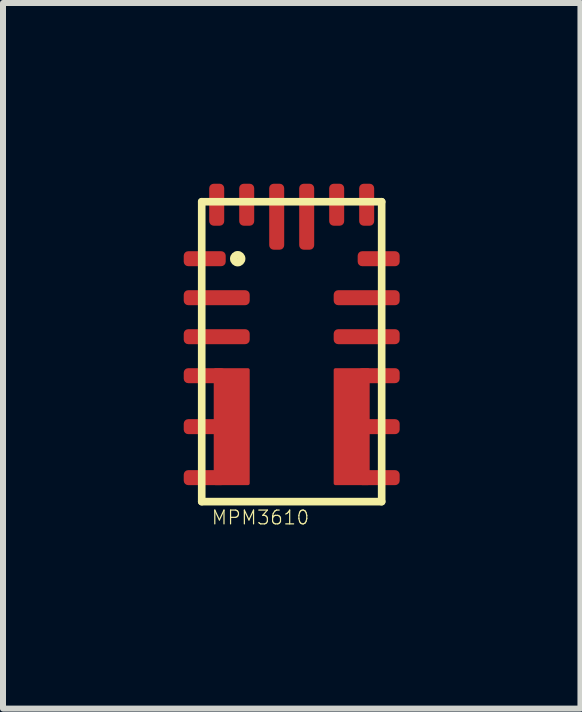
<source format=kicad_pcb>
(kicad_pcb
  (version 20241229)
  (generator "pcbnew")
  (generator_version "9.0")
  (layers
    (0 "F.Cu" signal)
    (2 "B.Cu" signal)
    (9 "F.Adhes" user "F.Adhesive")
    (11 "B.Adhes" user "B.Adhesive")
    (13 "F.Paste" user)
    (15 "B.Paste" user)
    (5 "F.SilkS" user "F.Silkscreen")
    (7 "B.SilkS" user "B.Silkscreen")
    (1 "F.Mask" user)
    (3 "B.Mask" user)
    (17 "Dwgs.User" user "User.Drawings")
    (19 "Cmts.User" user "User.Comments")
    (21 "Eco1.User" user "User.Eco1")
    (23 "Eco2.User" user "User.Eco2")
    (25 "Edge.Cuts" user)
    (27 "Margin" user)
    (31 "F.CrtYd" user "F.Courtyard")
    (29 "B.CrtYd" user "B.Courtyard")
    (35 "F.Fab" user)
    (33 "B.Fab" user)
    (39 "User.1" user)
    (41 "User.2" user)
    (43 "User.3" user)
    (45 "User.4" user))
  (footprint "MPM3610"
    (layer "F.Cu")
    (at 1.813 2.813)
    (property "Reference" "MPM3610" (at -1.35 2.9 0) (layer "F.SilkS") (effects (font (size 0.23 0.23) (thickness 0.02)) (justify left bottom)))
    (fp_line (start -1.75 -1.65) (end -1.15 -1.65) (stroke (width 0.127) (type solid)) (layer "F.Mask"))
    (fp_line (start -1.75 -1.55) (end -1.75 -1.65) (stroke (width 0.127) (type solid)) (layer "F.Mask"))
    (fp_line (start -1.75 -1.55) (end -1.15 -1.55) (stroke (width 0.127) (type solid)) (layer "F.Mask"))
    (fp_line (start -1.75 -1.45) (end -1.75 -1.55) (stroke (width 0.127) (type solid)) (layer "F.Mask"))
    (fp_line (start -1.75 -1) (end -0.75 -1) (stroke (width 0.127) (type solid)) (layer "F.Mask"))
    (fp_line (start -1.75 -0.9) (end -1.75 -1) (stroke (width 0.127) (type solid)) (layer "F.Mask"))
    (fp_line (start -1.75 -0.9) (end -0.75 -0.9) (stroke (width 0.127) (type solid)) (layer "F.Mask"))
    (fp_line (start -1.75 -0.8) (end -1.75 -0.9) (stroke (width 0.127) (type solid)) (layer "F.Mask"))
    (fp_line (start -1.75 -0.35) (end -0.75 -0.35) (stroke (width 0.127) (type solid)) (layer "F.Mask"))
    (fp_line (start -1.75 -0.25) (end -1.75 -0.35) (stroke (width 0.127) (type solid)) (layer "F.Mask"))
    (fp_line (start -1.75 -0.25) (end -0.75 -0.25) (stroke (width 0.127) (type solid)) (layer "F.Mask"))
    (fp_line (start -1.75 -0.15) (end -1.75 -0.25) (stroke (width 0.127) (type solid)) (layer "F.Mask"))
    (fp_line (start -1.75 0.3) (end -1 0.3) (stroke (width 0.127) (type solid)) (layer "F.Mask"))
    (fp_line (start -1.75 0.4) (end -1.75 0.3) (stroke (width 0.127) (type solid)) (layer "F.Mask"))
    (fp_line (start -1.75 0.4) (end -1 0.4) (stroke (width 0.127) (type solid)) (layer "F.Mask"))
    (fp_line (start -1.75 0.5) (end -1.75 0.4) (stroke (width 0.127) (type solid)) (layer "F.Mask"))
    (fp_line (start -1.75 1.15) (end -1 1.15) (stroke (width 0.127) (type solid)) (layer "F.Mask"))
    (fp_line (start -1.75 1.25) (end -1.75 1.15) (stroke (width 0.127) (type solid)) (layer "F.Mask"))
    (fp_line (start -1.75 1.25) (end -1 1.25) (stroke (width 0.127) (type solid)) (layer "F.Mask"))
    (fp_line (start -1.75 1.35) (end -1.75 1.25) (stroke (width 0.127) (type solid)) (layer "F.Mask"))
    (fp_line (start -1.75 2) (end -1 2) (stroke (width 0.127) (type solid)) (layer "F.Mask"))
    (fp_line (start -1.75 2.1) (end -1.75 2) (stroke (width 0.127) (type solid)) (layer "F.Mask"))
    (fp_line (start -1.75 2.1) (end -1 2.1) (stroke (width 0.127) (type solid)) (layer "F.Mask"))
    (fp_line (start -1.75 2.2) (end -1.75 2.1) (stroke (width 0.127) (type solid)) (layer "F.Mask"))
    (fp_line (start -1.35 -2.75) (end -1.25 -2.75) (stroke (width 0.127) (type solid)) (layer "F.Mask"))
    (fp_line (start -1.35 -2.15) (end -1.35 -2.75) (stroke (width 0.127) (type solid)) (layer "F.Mask"))
    (fp_line (start -1.25 -2.75) (end -1.25 -2.15) (stroke (width 0.127) (type solid)) (layer "F.Mask"))
    (fp_line (start -1.25 -2.75) (end -1.15 -2.75) (stroke (width 0.127) (type solid)) (layer "F.Mask"))
    (fp_line (start -1.25 -2.15) (end -1.35 -2.15) (stroke (width 0.127) (type solid)) (layer "F.Mask"))
    (fp_line (start -1.15 -2.75) (end -1.15 -2.15) (stroke (width 0.127) (type solid)) (layer "F.Mask"))
    (fp_line (start -1.15 -2.15) (end -1.25 -2.15) (stroke (width 0.127) (type solid)) (layer "F.Mask"))
    (fp_line (start -1.15 -1.65) (end -1.15 -1.55) (stroke (width 0.127) (type solid)) (layer "F.Mask"))
    (fp_line (start -1.15 -1.55) (end -1.15 -1.45) (stroke (width 0.127) (type solid)) (layer "F.Mask"))
    (fp_line (start -1.15 -1.45) (end -1.75 -1.45) (stroke (width 0.127) (type solid)) (layer "F.Mask"))
    (fp_line (start -1 0.3) (end -1 0.4) (stroke (width 0.127) (type solid)) (layer "F.Mask"))
    (fp_line (start -1 0.4) (end -1 0.5) (stroke (width 0.127) (type solid)) (layer "F.Mask"))
    (fp_line (start -1 0.5) (end -1.75 0.5) (stroke (width 0.127) (type solid)) (layer "F.Mask"))
    (fp_line (start -1 1.15) (end -1 1.25) (stroke (width 0.127) (type solid)) (layer "F.Mask"))
    (fp_line (start -1 1.25) (end -1 1.35) (stroke (width 0.127) (type solid)) (layer "F.Mask"))
    (fp_line (start -1 1.35) (end -1.75 1.35) (stroke (width 0.127) (type solid)) (layer "F.Mask"))
    (fp_line (start -1 2) (end -1 2.1) (stroke (width 0.127) (type solid)) (layer "F.Mask"))
    (fp_line (start -1 2.1) (end -1 2.2) (stroke (width 0.127) (type solid)) (layer "F.Mask"))
    (fp_line (start -1 2.2) (end -1.75 2.2) (stroke (width 0.127) (type solid)) (layer "F.Mask"))
    (fp_line (start -0.85 -2.75) (end -0.75 -2.75) (stroke (width 0.127) (type solid)) (layer "F.Mask"))
    (fp_line (start -0.85 -2.15) (end -0.85 -2.75) (stroke (width 0.127) (type solid)) (layer "F.Mask"))
    (fp_line (start -0.75 -2.75) (end -0.75 -2.15) (stroke (width 0.127) (type solid)) (layer "F.Mask"))
    (fp_line (start -0.75 -2.75) (end -0.65 -2.75) (stroke (width 0.127) (type solid)) (layer "F.Mask"))
    (fp_line (start -0.75 -2.15) (end -0.85 -2.15) (stroke (width 0.127) (type solid)) (layer "F.Mask"))
    (fp_line (start -0.75 -1) (end -0.75 -0.9) (stroke (width 0.127) (type solid)) (layer "F.Mask"))
    (fp_line (start -0.75 -0.9) (end -0.75 -0.8) (stroke (width 0.127) (type solid)) (layer "F.Mask"))
    (fp_line (start -0.75 -0.8) (end -1.75 -0.8) (stroke (width 0.127) (type solid)) (layer "F.Mask"))
    (fp_line (start -0.75 -0.35) (end -0.75 -0.25) (stroke (width 0.127) (type solid)) (layer "F.Mask"))
    (fp_line (start -0.75 -0.25) (end -0.75 -0.15) (stroke (width 0.127) (type solid)) (layer "F.Mask"))
    (fp_line (start -0.75 -0.15) (end -1.75 -0.15) (stroke (width 0.127) (type solid)) (layer "F.Mask"))
    (fp_line (start -0.65 -2.75) (end -0.65 -2.15) (stroke (width 0.127) (type solid)) (layer "F.Mask"))
    (fp_line (start -0.65 -2.15) (end -0.75 -2.15) (stroke (width 0.127) (type solid)) (layer "F.Mask"))
    (fp_line (start -0.35 -2.75) (end -0.25 -2.75) (stroke (width 0.127) (type solid)) (layer "F.Mask"))
    (fp_line (start -0.35 -1.75) (end -0.35 -2.75) (stroke (width 0.127) (type solid)) (layer "F.Mask"))
    (fp_line (start -0.25 -2.75) (end -0.25 -1.75) (stroke (width 0.127) (type solid)) (layer "F.Mask"))
    (fp_line (start -0.25 -2.75) (end -0.15 -2.75) (stroke (width 0.127) (type solid)) (layer "F.Mask"))
    (fp_line (start -0.25 -1.75) (end -0.35 -1.75) (stroke (width 0.127) (type solid)) (layer "F.Mask"))
    (fp_line (start -0.15 -2.75) (end -0.15 -1.75) (stroke (width 0.127) (type solid)) (layer "F.Mask"))
    (fp_line (start -0.15 -1.75) (end -0.25 -1.75) (stroke (width 0.127) (type solid)) (layer "F.Mask"))
    (fp_line (start 0.15 -2.75) (end 0.25 -2.75) (stroke (width 0.127) (type solid)) (layer "F.Mask"))
    (fp_line (start 0.15 -1.75) (end 0.15 -2.75) (stroke (width 0.127) (type solid)) (layer "F.Mask"))
    (fp_line (start 0.25 -2.75) (end 0.25 -1.75) (stroke (width 0.127) (type solid)) (layer "F.Mask"))
    (fp_line (start 0.25 -2.75) (end 0.35 -2.75) (stroke (width 0.127) (type solid)) (layer "F.Mask"))
    (fp_line (start 0.25 -1.75) (end 0.15 -1.75) (stroke (width 0.127) (type solid)) (layer "F.Mask"))
    (fp_line (start 0.35 -2.75) (end 0.35 -1.75) (stroke (width 0.127) (type solid)) (layer "F.Mask"))
    (fp_line (start 0.35 -1.75) (end 0.25 -1.75) (stroke (width 0.127) (type solid)) (layer "F.Mask"))
    (fp_line (start 0.65 -2.75) (end 0.75 -2.75) (stroke (width 0.127) (type solid)) (layer "F.Mask"))
    (fp_line (start 0.65 -2.15) (end 0.65 -2.75) (stroke (width 0.127) (type solid)) (layer "F.Mask"))
    (fp_line (start 0.75 -2.75) (end 0.75 -2.15) (stroke (width 0.127) (type solid)) (layer "F.Mask"))
    (fp_line (start 0.75 -2.75) (end 0.85 -2.75) (stroke (width 0.127) (type solid)) (layer "F.Mask"))
    (fp_line (start 0.75 -2.15) (end 0.65 -2.15) (stroke (width 0.127) (type solid)) (layer "F.Mask"))
    (fp_line (start 0.75 -1) (end 1.75 -1) (stroke (width 0.127) (type solid)) (layer "F.Mask"))
    (fp_line (start 0.75 -0.9) (end 0.75 -1) (stroke (width 0.127) (type solid)) (layer "F.Mask"))
    (fp_line (start 0.75 -0.9) (end 1.75 -0.9) (stroke (width 0.127) (type solid)) (layer "F.Mask"))
    (fp_line (start 0.75 -0.8) (end 0.75 -0.9) (stroke (width 0.127) (type solid)) (layer "F.Mask"))
    (fp_line (start 0.75 -0.35) (end 1.75 -0.35) (stroke (width 0.127) (type solid)) (layer "F.Mask"))
    (fp_line (start 0.75 -0.25) (end 0.75 -0.35) (stroke (width 0.127) (type solid)) (layer "F.Mask"))
    (fp_line (start 0.75 -0.25) (end 1.75 -0.25) (stroke (width 0.127) (type solid)) (layer "F.Mask"))
    (fp_line (start 0.75 -0.15) (end 0.75 -0.25) (stroke (width 0.127) (type solid)) (layer "F.Mask"))
    (fp_line (start 0.85 -2.75) (end 0.85 -2.15) (stroke (width 0.127) (type solid)) (layer "F.Mask"))
    (fp_line (start 0.85 -2.15) (end 0.75 -2.15) (stroke (width 0.127) (type solid)) (layer "F.Mask"))
    (fp_line (start 1 0.3) (end 1 0.4) (stroke (width 0.127) (type solid)) (layer "F.Mask"))
    (fp_line (start 1 0.4) (end 1 0.5) (stroke (width 0.127) (type solid)) (layer "F.Mask"))
    (fp_line (start 1 0.4) (end 1.75 0.4) (stroke (width 0.127) (type solid)) (layer "F.Mask"))
    (fp_line (start 1 0.5) (end 1.75 0.5) (stroke (width 0.127) (type solid)) (layer "F.Mask"))
    (fp_line (start 1 1.15) (end 1 1.25) (stroke (width 0.127) (type solid)) (layer "F.Mask"))
    (fp_line (start 1 1.25) (end 1 1.35) (stroke (width 0.127) (type solid)) (layer "F.Mask"))
    (fp_line (start 1 1.25) (end 1.75 1.25) (stroke (width 0.127) (type solid)) (layer "F.Mask"))
    (fp_line (start 1 1.35) (end 1.75 1.35) (stroke (width 0.127) (type solid)) (layer "F.Mask"))
    (fp_line (start 1 2) (end 1 2.1) (stroke (width 0.127) (type solid)) (layer "F.Mask"))
    (fp_line (start 1 2.1) (end 1 2.2) (stroke (width 0.127) (type solid)) (layer "F.Mask"))
    (fp_line (start 1 2.1) (end 1.75 2.1) (stroke (width 0.127) (type solid)) (layer "F.Mask"))
    (fp_line (start 1 2.2) (end 1.75 2.2) (stroke (width 0.127) (type solid)) (layer "F.Mask"))
    (fp_line (start 1.15 -2.75) (end 1.25 -2.75) (stroke (width 0.127) (type solid)) (layer "F.Mask"))
    (fp_line (start 1.15 -2.15) (end 1.15 -2.75) (stroke (width 0.127) (type solid)) (layer "F.Mask"))
    (fp_line (start 1.15 -1.65) (end 1.75 -1.65) (stroke (width 0.127) (type solid)) (layer "F.Mask"))
    (fp_line (start 1.15 -1.55) (end 1.15 -1.65) (stroke (width 0.127) (type solid)) (layer "F.Mask"))
    (fp_line (start 1.15 -1.55) (end 1.75 -1.55) (stroke (width 0.127) (type solid)) (layer "F.Mask"))
    (fp_line (start 1.15 -1.45) (end 1.15 -1.55) (stroke (width 0.127) (type solid)) (layer "F.Mask"))
    (fp_line (start 1.25 -2.75) (end 1.25 -2.15) (stroke (width 0.127) (type solid)) (layer "F.Mask"))
    (fp_line (start 1.25 -2.75) (end 1.35 -2.75) (stroke (width 0.127) (type solid)) (layer "F.Mask"))
    (fp_line (start 1.25 -2.15) (end 1.15 -2.15) (stroke (width 0.127) (type solid)) (layer "F.Mask"))
    (fp_line (start 1.35 -2.75) (end 1.35 -2.15) (stroke (width 0.127) (type solid)) (layer "F.Mask"))
    (fp_line (start 1.35 -2.15) (end 1.25 -2.15) (stroke (width 0.127) (type solid)) (layer "F.Mask"))
    (fp_line (start 1.75 -1.65) (end 1.75 -1.55) (stroke (width 0.127) (type solid)) (layer "F.Mask"))
    (fp_line (start 1.75 -1.55) (end 1.75 -1.45) (stroke (width 0.127) (type solid)) (layer "F.Mask"))
    (fp_line (start 1.75 -1.45) (end 1.15 -1.45) (stroke (width 0.127) (type solid)) (layer "F.Mask"))
    (fp_line (start 1.75 -1) (end 1.75 -0.9) (stroke (width 0.127) (type solid)) (layer "F.Mask"))
    (fp_line (start 1.75 -0.9) (end 1.75 -0.8) (stroke (width 0.127) (type solid)) (layer "F.Mask"))
    (fp_line (start 1.75 -0.8) (end 0.75 -0.8) (stroke (width 0.127) (type solid)) (layer "F.Mask"))
    (fp_line (start 1.75 -0.35) (end 1.75 -0.25) (stroke (width 0.127) (type solid)) (layer "F.Mask"))
    (fp_line (start 1.75 -0.25) (end 1.75 -0.15) (stroke (width 0.127) (type solid)) (layer "F.Mask"))
    (fp_line (start 1.75 -0.15) (end 0.75 -0.15) (stroke (width 0.127) (type solid)) (layer "F.Mask"))
    (fp_line (start 1.75 0.3) (end 1 0.3) (stroke (width 0.127) (type solid)) (layer "F.Mask"))
    (fp_line (start 1.75 0.4) (end 1.75 0.3) (stroke (width 0.127) (type solid)) (layer "F.Mask"))
    (fp_line (start 1.75 0.5) (end 1.75 0.4) (stroke (width 0.127) (type solid)) (layer "F.Mask"))
    (fp_line (start 1.75 1.15) (end 1 1.15) (stroke (width 0.127) (type solid)) (layer "F.Mask"))
    (fp_line (start 1.75 1.25) (end 1.75 1.15) (stroke (width 0.127) (type solid)) (layer "F.Mask"))
    (fp_line (start 1.75 1.35) (end 1.75 1.25) (stroke (width 0.127) (type solid)) (layer "F.Mask"))
    (fp_line (start 1.75 2) (end 1 2) (stroke (width 0.127) (type solid)) (layer "F.Mask"))
    (fp_line (start 1.75 2.1) (end 1.75 2) (stroke (width 0.127) (type solid)) (layer "F.Mask"))
    (fp_line (start 1.75 2.2) (end 1.75 2.1) (stroke (width 0.127) (type solid)) (layer "F.Mask"))
    (fp_line (start -1.5 -2.5) (end -1.5 2.5) (stroke (width 0.127) (type solid)) (layer "F.SilkS"))
    (fp_line (start -1.5 2.5) (end 1.5 2.5) (stroke (width 0.127) (type solid)) (layer "F.SilkS"))
    (fp_line (start 1.5 -2.5) (end -1.5 -2.5) (stroke (width 0.127) (type solid)) (layer "F.SilkS"))
    (fp_line (start 1.5 2.5) (end 1.5 -2.5) (stroke (width 0.127) (type solid)) (layer "F.SilkS"))
    (fp_circle (center -0.9 -1.55) (end -0.835 -1.55) (stroke (width 0.127) (type solid)) (fill no) (layer "F.SilkS"))
    (pad "1" smd roundrect (at -1.45 -1.55 90) (size 0.25 0.7) (layers "F.Cu" "F.Paste") (roundrect_rratio 0.3))
    (pad "2" smd roundrect (at -1.25 -0.9 90) (size 0.25 1.1) (layers "F.Cu" "F.Paste") (roundrect_rratio 0.3))
    (pad "3" smd roundrect (at -1.25 -0.25 90) (size 0.25 1.1) (layers "F.Cu" "F.Paste") (roundrect_rratio 0.3))
    (pad "4" smd roundrect (at -1.45 0.4 270) (size 0.25 0.7) (layers "F.Cu" "F.Paste") (roundrect_rratio 0.3))
    (pad "5" smd roundrect (at -1.45 1.25 270) (size 0.25 0.7) (layers "F.Cu" "F.Paste") (roundrect_rratio 0.3))
    (pad "6" smd roundrect (at -1.45 2.1 270) (size 0.25 0.7) (layers "F.Cu" "F.Paste") (roundrect_rratio 0.3))
    (pad "7" smd roundrect (at 1.45 2.1 270) (size 0.25 0.7) (layers "F.Cu" "F.Paste") (roundrect_rratio 0.3))
    (pad "8" smd roundrect (at 1.45 1.25 270) (size 0.25 0.7) (layers "F.Cu" "F.Paste") (roundrect_rratio 0.3))
    (pad "9" smd roundrect (at 1.45 0.4 270) (size 0.25 0.7) (layers "F.Cu" "F.Paste") (roundrect_rratio 0.3))
    (pad "10" smd roundrect (at 1.25 -0.25 90) (size 0.25 1.1) (layers "F.Cu" "F.Paste") (roundrect_rratio 0.3))
    (pad "11" smd roundrect (at 1.25 -0.9 90) (size 0.25 1.1) (layers "F.Cu" "F.Paste") (roundrect_rratio 0.3))
    (pad "12" smd roundrect (at 1.45 -1.55 90) (size 0.25 0.7) (layers "F.Cu" "F.Paste") (roundrect_rratio 0.3))
    (pad "13" smd roundrect (at 1.25 -2.45) (size 0.25 0.7) (layers "F.Cu" "F.Paste") (roundrect_rratio 0.3))
    (pad "14" smd roundrect (at 0.75 -2.45) (size 0.25 0.7) (layers "F.Cu" "F.Paste") (roundrect_rratio 0.3))
    (pad "15" smd roundrect (at 0.25 -2.25) (size 0.25 1.1) (layers "F.Cu" "F.Paste") (roundrect_rratio 0.3))
    (pad "16" smd roundrect (at -0.25 -2.25) (size 0.25 1.1) (layers "F.Cu" "F.Paste") (roundrect_rratio 0.3))
    (pad "17" smd roundrect (at -0.75 -2.45) (size 0.25 0.7) (layers "F.Cu" "F.Paste") (roundrect_rratio 0.3))
    (pad "18" smd roundrect (at -1.25 -2.45) (size 0.25 0.7) (layers "F.Cu" "F.Paste") (roundrect_rratio 0.3))
    (pad "19" smd roundrect (at -1 1.25 90) (size 1.95 0.6) (layers "F.Cu" "F.Mask" "F.Paste") (roundrect_rratio 0.05))
    (pad "20" smd roundrect (at 1 1.25 90) (size 1.95 0.6) (layers "F.Cu" "F.Mask" "F.Paste") (roundrect_rratio 0.05))
    (zone (net_name "") (layer "F.Cu") (hatch edge 0.5) (connect_pads) (min_thickness 0.25) (filled_areas_thickness no) (keepout (tracks not_allowed) (vias not_allowed) (pads not_allowed) (copperpour not_allowed) (footprints allowed)) (placement (enabled no)) (fill) (polygon (pts (xy 1.238 2.913) (xy 2.389 2.913) (xy 2.389 1.313) (xy 1.238 1.313)))))
  (gr_rect
    (start -3 -3)
    (end 6.627 8.763)
    (stroke (width 0.1) (type default))
    (fill no)
    (layer "Edge.Cuts")))
</source>
